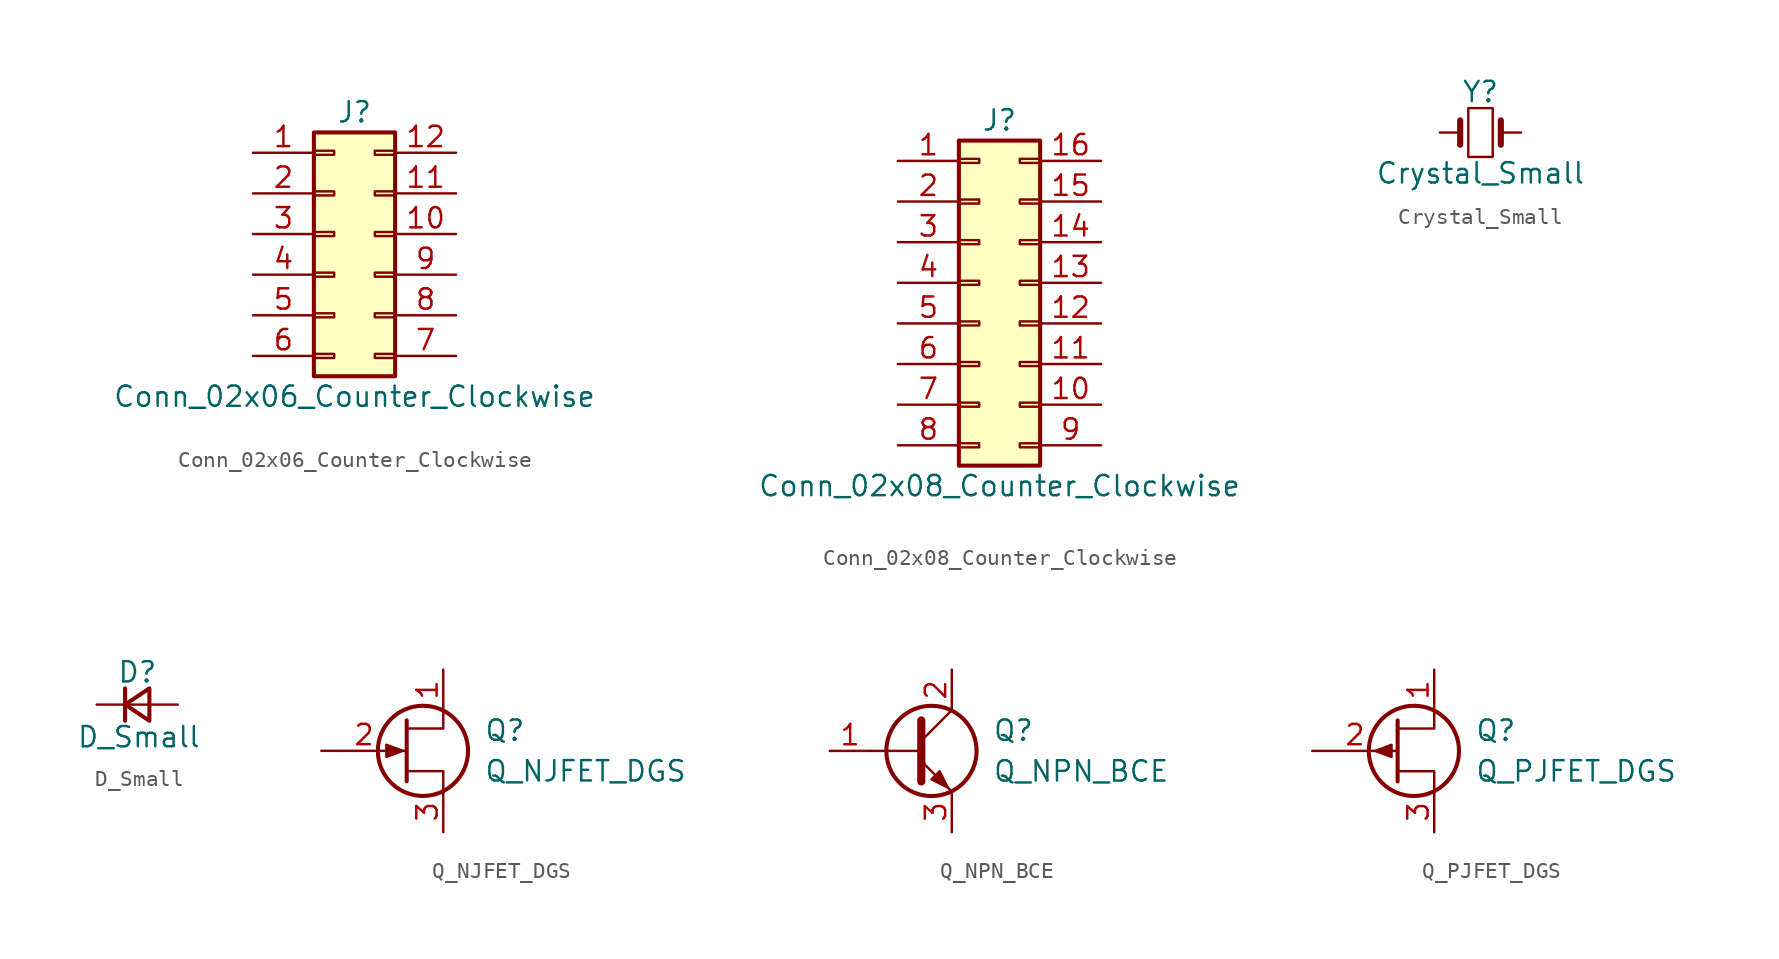
<source format=kicad_sym>
(kicad_symbol_lib
  (version 20241209)
  (generator "kicad_symbol_editor")
  (generator_version "9.0")
  (symbol "Conn_02x06_Counter_Clockwise"
    (pin_names
      (offset 1.016)
      (hide yes))
    (property "Reference" "J"
      (at 1.27 7.62 0)
      (effects (font (size 1.27 1.27))))
    (property "Value" "Conn_02x06_Counter_Clockwise"
      (at 1.27 -10.16 0)
      (effects (font (size 1.27 1.27))))
    (symbol "Conn_02x06_Counter_Clockwise_1_1"
      (rectangle (start -1.27 6.35) (end 3.81 -8.89) (stroke (width 0.254) (type default)) (fill (type background)))
      (rectangle (start -1.27 5.207) (end 0 4.953) (stroke (width 0.152) (type default)) (fill (type none)))
      (rectangle (start -1.27 2.667) (end 0 2.413) (stroke (width 0.152) (type default)) (fill (type none)))
      (rectangle (start -1.27 0.127) (end 0 -0.127) (stroke (width 0.152) (type default)) (fill (type none)))
      (rectangle (start -1.27 -2.413) (end 0 -2.667) (stroke (width 0.152) (type default)) (fill (type none)))
      (rectangle (start -1.27 -4.953) (end 0 -5.207) (stroke (width 0.152) (type default)) (fill (type none)))
      (rectangle (start -1.27 -7.493) (end 0 -7.747) (stroke (width 0.152) (type default)) (fill (type none)))
      (rectangle (start 3.81 5.207) (end 2.54 4.953) (stroke (width 0.152) (type default)) (fill (type none)))
      (rectangle (start 3.81 2.667) (end 2.54 2.413) (stroke (width 0.152) (type default)) (fill (type none)))
      (rectangle (start 3.81 0.127) (end 2.54 -0.127) (stroke (width 0.152) (type default)) (fill (type none)))
      (rectangle (start 3.81 -2.413) (end 2.54 -2.667) (stroke (width 0.152) (type default)) (fill (type none)))
      (rectangle (start 3.81 -4.953) (end 2.54 -5.207) (stroke (width 0.152) (type default)) (fill (type none)))
      (rectangle (start 3.81 -7.493) (end 2.54 -7.747) (stroke (width 0.152) (type default)) (fill (type none)))
      (pin passive line (at -5.08 5.08 0) (length 3.81) (name "Pin_1" (effects (font (size 1.27 1.27)))) (number "1" (effects (font (size 1.27 1.27)))))
      (pin passive line (at -5.08 2.54 0) (length 3.81) (name "Pin_2" (effects (font (size 1.27 1.27)))) (number "2" (effects (font (size 1.27 1.27)))))
      (pin passive line (at -5.08 0 0) (length 3.81) (name "Pin_3" (effects (font (size 1.27 1.27)))) (number "3" (effects (font (size 1.27 1.27)))))
      (pin passive line (at -5.08 -2.54 0) (length 3.81) (name "Pin_4" (effects (font (size 1.27 1.27)))) (number "4" (effects (font (size 1.27 1.27)))))
      (pin passive line (at -5.08 -5.08 0) (length 3.81) (name "Pin_5" (effects (font (size 1.27 1.27)))) (number "5" (effects (font (size 1.27 1.27)))))
      (pin passive line (at -5.08 -7.62 0) (length 3.81) (name "Pin_6" (effects (font (size 1.27 1.27)))) (number "6" (effects (font (size 1.27 1.27)))))
      (pin passive line (at 7.62 5.08 180) (length 3.81) (name "Pin_12" (effects (font (size 1.27 1.27)))) (number "12" (effects (font (size 1.27 1.27)))))
      (pin passive line (at 7.62 2.54 180) (length 3.81) (name "Pin_11" (effects (font (size 1.27 1.27)))) (number "11" (effects (font (size 1.27 1.27)))))
      (pin passive line (at 7.62 0 180) (length 3.81) (name "Pin_10" (effects (font (size 1.27 1.27)))) (number "10" (effects (font (size 1.27 1.27)))))
      (pin passive line (at 7.62 -2.54 180) (length 3.81) (name "Pin_9" (effects (font (size 1.27 1.27)))) (number "9" (effects (font (size 1.27 1.27)))))
      (pin passive line (at 7.62 -5.08 180) (length 3.81) (name "Pin_8" (effects (font (size 1.27 1.27)))) (number "8" (effects (font (size 1.27 1.27)))))
      (pin passive line (at 7.62 -7.62 180) (length 3.81) (name "Pin_7" (effects (font (size 1.27 1.27)))) (number "7" (effects (font (size 1.27 1.27)))))))
  (symbol "Conn_02x08_Counter_Clockwise"
    (pin_names
      (offset 1.016)
      (hide yes))
    (property "Reference" "J"
      (at 1.27 10.16 0)
      (effects (font (size 1.27 1.27))))
    (property "Value" "Conn_02x08_Counter_Clockwise"
      (at 1.27 -12.7 0)
      (effects (font (size 1.27 1.27))))
    (symbol "Conn_02x08_Counter_Clockwise_1_1"
      (rectangle (start -1.27 8.89) (end 3.81 -11.43) (stroke (width 0.254) (type default)) (fill (type background)))
      (rectangle (start -1.27 7.747) (end 0 7.493) (stroke (width 0.152) (type default)) (fill (type none)))
      (rectangle (start -1.27 5.207) (end 0 4.953) (stroke (width 0.152) (type default)) (fill (type none)))
      (rectangle (start -1.27 2.667) (end 0 2.413) (stroke (width 0.152) (type default)) (fill (type none)))
      (rectangle (start -1.27 0.127) (end 0 -0.127) (stroke (width 0.152) (type default)) (fill (type none)))
      (rectangle (start -1.27 -2.413) (end 0 -2.667) (stroke (width 0.152) (type default)) (fill (type none)))
      (rectangle (start -1.27 -4.953) (end 0 -5.207) (stroke (width 0.152) (type default)) (fill (type none)))
      (rectangle (start -1.27 -7.493) (end 0 -7.747) (stroke (width 0.152) (type default)) (fill (type none)))
      (rectangle (start -1.27 -10.033) (end 0 -10.287) (stroke (width 0.152) (type default)) (fill (type none)))
      (rectangle (start 3.81 7.747) (end 2.54 7.493) (stroke (width 0.152) (type default)) (fill (type none)))
      (rectangle (start 3.81 5.207) (end 2.54 4.953) (stroke (width 0.152) (type default)) (fill (type none)))
      (rectangle (start 3.81 2.667) (end 2.54 2.413) (stroke (width 0.152) (type default)) (fill (type none)))
      (rectangle (start 3.81 0.127) (end 2.54 -0.127) (stroke (width 0.152) (type default)) (fill (type none)))
      (rectangle (start 3.81 -2.413) (end 2.54 -2.667) (stroke (width 0.152) (type default)) (fill (type none)))
      (rectangle (start 3.81 -4.953) (end 2.54 -5.207) (stroke (width 0.152) (type default)) (fill (type none)))
      (rectangle (start 3.81 -7.493) (end 2.54 -7.747) (stroke (width 0.152) (type default)) (fill (type none)))
      (rectangle (start 3.81 -10.033) (end 2.54 -10.287) (stroke (width 0.152) (type default)) (fill (type none)))
      (pin passive line (at -5.08 7.62 0) (length 3.81) (name "Pin_1" (effects (font (size 1.27 1.27)))) (number "1" (effects (font (size 1.27 1.27)))))
      (pin passive line (at -5.08 5.08 0) (length 3.81) (name "Pin_2" (effects (font (size 1.27 1.27)))) (number "2" (effects (font (size 1.27 1.27)))))
      (pin passive line (at -5.08 2.54 0) (length 3.81) (name "Pin_3" (effects (font (size 1.27 1.27)))) (number "3" (effects (font (size 1.27 1.27)))))
      (pin passive line (at -5.08 0 0) (length 3.81) (name "Pin_4" (effects (font (size 1.27 1.27)))) (number "4" (effects (font (size 1.27 1.27)))))
      (pin passive line (at -5.08 -2.54 0) (length 3.81) (name "Pin_5" (effects (font (size 1.27 1.27)))) (number "5" (effects (font (size 1.27 1.27)))))
      (pin passive line (at -5.08 -5.08 0) (length 3.81) (name "Pin_6" (effects (font (size 1.27 1.27)))) (number "6" (effects (font (size 1.27 1.27)))))
      (pin passive line (at -5.08 -7.62 0) (length 3.81) (name "Pin_7" (effects (font (size 1.27 1.27)))) (number "7" (effects (font (size 1.27 1.27)))))
      (pin passive line (at -5.08 -10.16 0) (length 3.81) (name "Pin_8" (effects (font (size 1.27 1.27)))) (number "8" (effects (font (size 1.27 1.27)))))
      (pin passive line (at 7.62 7.62 180) (length 3.81) (name "Pin_16" (effects (font (size 1.27 1.27)))) (number "16" (effects (font (size 1.27 1.27)))))
      (pin passive line (at 7.62 5.08 180) (length 3.81) (name "Pin_15" (effects (font (size 1.27 1.27)))) (number "15" (effects (font (size 1.27 1.27)))))
      (pin passive line (at 7.62 2.54 180) (length 3.81) (name "Pin_14" (effects (font (size 1.27 1.27)))) (number "14" (effects (font (size 1.27 1.27)))))
      (pin passive line (at 7.62 0 180) (length 3.81) (name "Pin_13" (effects (font (size 1.27 1.27)))) (number "13" (effects (font (size 1.27 1.27)))))
      (pin passive line (at 7.62 -2.54 180) (length 3.81) (name "Pin_12" (effects (font (size 1.27 1.27)))) (number "12" (effects (font (size 1.27 1.27)))))
      (pin passive line (at 7.62 -5.08 180) (length 3.81) (name "Pin_11" (effects (font (size 1.27 1.27)))) (number "11" (effects (font (size 1.27 1.27)))))
      (pin passive line (at 7.62 -7.62 180) (length 3.81) (name "Pin_10" (effects (font (size 1.27 1.27)))) (number "10" (effects (font (size 1.27 1.27)))))
      (pin passive line (at 7.62 -10.16 180) (length 3.81) (name "Pin_9" (effects (font (size 1.27 1.27)))) (number "9" (effects (font (size 1.27 1.27)))))))
  (symbol "Crystal_Small"
    (pin_numbers
      (hide yes))
    (pin_names
      (offset 1.016)
      (hide yes))
    (property "Reference" "Y"
      (at 0 2.54 0)
      (effects (font (size 1.27 1.27))))
    (property "Value" "Crystal_Small"
      (at 0 -2.54 0)
      (effects (font (size 1.27 1.27))))
    (symbol "Crystal_Small_0_1"
      (polyline (pts (xy -1.27 -0.762) (xy -1.27 0.762)) (stroke (width 0.381) (type default)) (fill (type none)))
      (rectangle (start -0.762 -1.524) (end 0.762 1.524) (stroke (width 0) (type default)) (fill (type none)))
      (polyline (pts (xy 1.27 -0.762) (xy 1.27 0.762)) (stroke (width 0.381) (type default)) (fill (type none))))
    (symbol "Crystal_Small_1_1"
      (pin passive line (at -2.54 0 0) (length 1.27) (name "1" (effects (font (size 1.27 1.27)))) (number "1" (effects (font (size 1.27 1.27)))))
      (pin passive line (at 2.54 0 180) (length 1.27) (name "2" (effects (font (size 1.27 1.27)))) (number "2" (effects (font (size 1.27 1.27)))))))
  (symbol "D_Small"
    (pin_numbers
      (hide yes))
    (pin_names
      (offset 0.254)
      (hide yes))
    (property "Reference" "D"
      (at -1.27 2.032 0)
      (effects (font (size 1.27 1.27)) (justify left)))
    (property "Value" "D_Small"
      (at -3.81 -2.032 0)
      (effects (font (size 1.27 1.27)) (justify left)))
    (symbol "D_Small_0_1"
      (polyline (pts (xy -0.762 0) (xy 0.762 0)) (stroke (width 0) (type default)) (fill (type none)))
      (polyline (pts (xy -0.762 -1.016) (xy -0.762 1.016)) (stroke (width 0.254) (type default)) (fill (type none)))
      (polyline (pts (xy 0.762 -1.016) (xy -0.762 0) (xy 0.762 1.016) (xy 0.762 -1.016)) (stroke (width 0.254) (type default)) (fill (type none))))
    (symbol "D_Small_1_1"
      (pin passive line (at -2.54 0 0) (length 1.778) (name "K" (effects (font (size 1.27 1.27)))) (number "1" (effects (font (size 1.27 1.27)))))
      (pin passive line (at 2.54 0 180) (length 1.778) (name "A" (effects (font (size 1.27 1.27)))) (number "2" (effects (font (size 1.27 1.27)))))))
  (symbol "Q_NJFET_DGS"
    (pin_names
      (offset 0)
      (hide yes))
    (property "Reference" "Q"
      (at 5.08 1.27 0)
      (effects (font (size 1.27 1.27)) (justify left)))
    (property "Value" "Q_NJFET_DGS"
      (at 5.08 -1.27 0)
      (effects (font (size 1.27 1.27)) (justify left)))
    (symbol "Q_NJFET_DGS_0_1"
      (polyline (pts (xy 0 0) (xy -1.016 0.381) (xy -1.016 -0.381) (xy 0 0)) (stroke (width 0) (type default)) (fill (type outline)))
      (polyline (pts (xy 0.254 1.905) (xy 0.254 -1.905) (xy 0.254 -1.905)) (stroke (width 0.254) (type default)) (fill (type none)))
      (circle (center 1.27 0) (radius 2.819) (stroke (width 0.254) (type default)) (fill (type none)))
      (polyline (pts (xy 2.54 2.54) (xy 2.54 1.397) (xy 0.254 1.397)) (stroke (width 0) (type default)) (fill (type none)))
      (polyline (pts (xy 2.54 -2.54) (xy 2.54 -1.27) (xy 0.254 -1.27)) (stroke (width 0) (type default)) (fill (type none))))
    (symbol "Q_NJFET_DGS_1_1"
      (pin input line (at -5.08 0 0) (length 5.334) (name "G" (effects (font (size 1.27 1.27)))) (number "2" (effects (font (size 1.27 1.27)))))
      (pin passive line (at 2.54 5.08 270) (length 2.54) (name "D" (effects (font (size 1.27 1.27)))) (number "1" (effects (font (size 1.27 1.27)))))
      (pin passive line (at 2.54 -5.08 90) (length 2.54) (name "S" (effects (font (size 1.27 1.27)))) (number "3" (effects (font (size 1.27 1.27)))))))
  (symbol "Q_NPN_BCE"
    (pin_names
      (offset 0)
      (hide yes))
    (property "Reference" "Q"
      (at 5.08 1.27 0)
      (effects (font (size 1.27 1.27)) (justify left)))
    (property "Value" "Q_NPN_BCE"
      (at 5.08 -1.27 0)
      (effects (font (size 1.27 1.27)) (justify left)))
    (symbol "Q_NPN_BCE_0_1"
      (polyline (pts (xy -2.54 0) (xy 0.635 0)) (stroke (width 0) (type default)) (fill (type none)))
      (polyline (pts (xy 0.635 1.905) (xy 0.635 -1.905)) (stroke (width 0.508) (type default)) (fill (type none)))
      (circle (center 1.27 0) (radius 2.819) (stroke (width 0.254) (type default)) (fill (type none))))
    (symbol "Q_NPN_BCE_1_1"
      (polyline (pts (xy 0.635 0.635) (xy 2.54 2.54)) (stroke (width 0) (type default)) (fill (type none)))
      (polyline (pts (xy 0.635 -0.635) (xy 2.54 -2.54)) (stroke (width 0) (type default)) (fill (type none)))
      (polyline (pts (xy 1.27 -1.778) (xy 1.778 -1.27) (xy 2.286 -2.286) (xy 1.27 -1.778)) (stroke (width 0) (type default)) (fill (type outline)))
      (pin input line (at -5.08 0 0) (length 2.54) (name "B" (effects (font (size 1.27 1.27)))) (number "1" (effects (font (size 1.27 1.27)))))
      (pin passive line (at 2.54 5.08 270) (length 2.54) (name "C" (effects (font (size 1.27 1.27)))) (number "2" (effects (font (size 1.27 1.27)))))
      (pin passive line (at 2.54 -5.08 90) (length 2.54) (name "E" (effects (font (size 1.27 1.27)))) (number "3" (effects (font (size 1.27 1.27)))))))
  (symbol "Q_PJFET_DGS"
    (pin_names
      (offset 0)
      (hide yes))
    (property "Reference" "Q"
      (at 5.08 1.27 0)
      (effects (font (size 1.27 1.27)) (justify left)))
    (property "Value" "Q_PJFET_DGS"
      (at 5.08 -1.27 0)
      (effects (font (size 1.27 1.27)) (justify left)))
    (symbol "Q_PJFET_DGS_0_1"
      (polyline (pts (xy -1.143 0) (xy -0.127 0.381) (xy -0.127 -0.381) (xy -1.143 0)) (stroke (width 0) (type default)) (fill (type outline)))
      (polyline (pts (xy 0.254 1.905) (xy 0.254 -1.905) (xy 0.254 -1.905)) (stroke (width 0.254) (type default)) (fill (type none)))
      (circle (center 1.27 0) (radius 2.819) (stroke (width 0.254) (type default)) (fill (type none)))
      (polyline (pts (xy 2.54 2.54) (xy 2.54 1.397) (xy 0.254 1.397)) (stroke (width 0) (type default)) (fill (type none)))
      (polyline (pts (xy 2.54 -2.54) (xy 2.54 -1.27) (xy 0.254 -1.27)) (stroke (width 0) (type default)) (fill (type none))))
    (symbol "Q_PJFET_DGS_1_1"
      (pin input line (at -5.08 0 0) (length 5.334) (name "G" (effects (font (size 1.27 1.27)))) (number "2" (effects (font (size 1.27 1.27)))))
      (pin passive line (at 2.54 5.08 270) (length 2.54) (name "D" (effects (font (size 1.27 1.27)))) (number "1" (effects (font (size 1.27 1.27)))))
      (pin passive line (at 2.54 -5.08 90) (length 2.54) (name "S" (effects (font (size 1.27 1.27)))) (number "3" (effects (font (size 1.27 1.27))))))))
</source>
